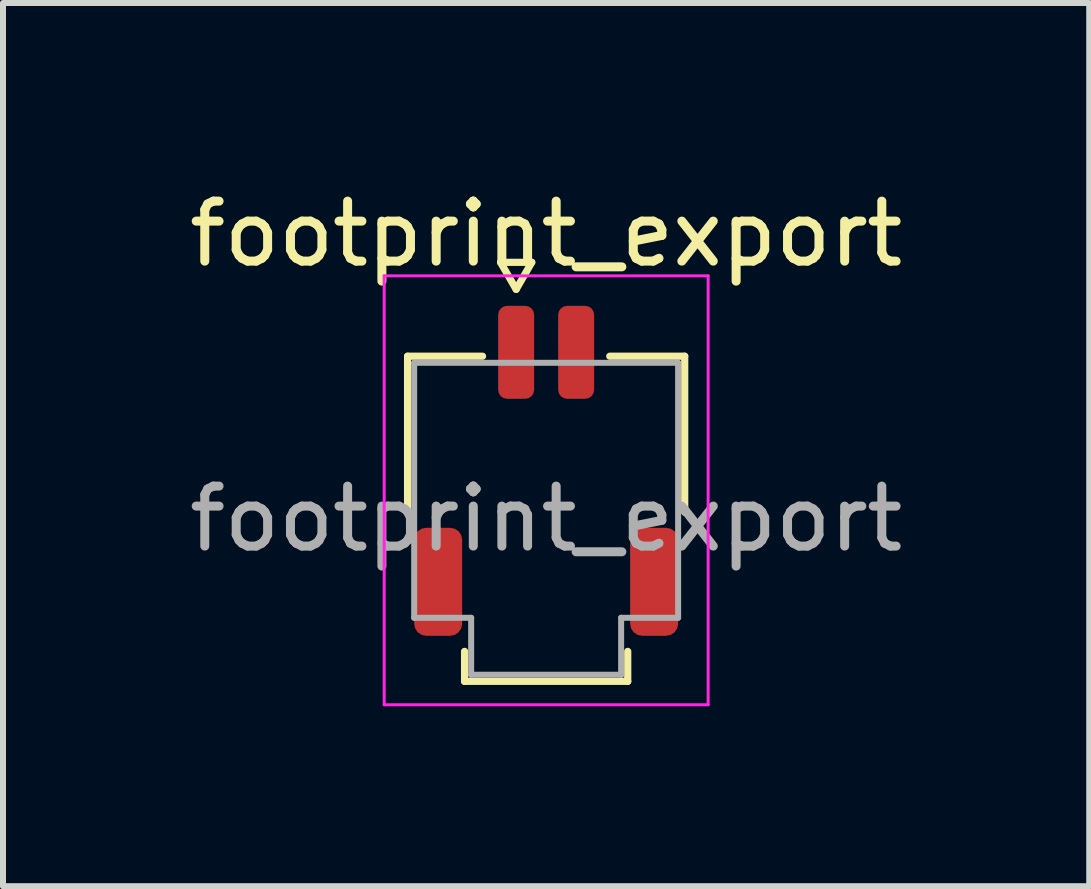
<source format=kicad_pcb>
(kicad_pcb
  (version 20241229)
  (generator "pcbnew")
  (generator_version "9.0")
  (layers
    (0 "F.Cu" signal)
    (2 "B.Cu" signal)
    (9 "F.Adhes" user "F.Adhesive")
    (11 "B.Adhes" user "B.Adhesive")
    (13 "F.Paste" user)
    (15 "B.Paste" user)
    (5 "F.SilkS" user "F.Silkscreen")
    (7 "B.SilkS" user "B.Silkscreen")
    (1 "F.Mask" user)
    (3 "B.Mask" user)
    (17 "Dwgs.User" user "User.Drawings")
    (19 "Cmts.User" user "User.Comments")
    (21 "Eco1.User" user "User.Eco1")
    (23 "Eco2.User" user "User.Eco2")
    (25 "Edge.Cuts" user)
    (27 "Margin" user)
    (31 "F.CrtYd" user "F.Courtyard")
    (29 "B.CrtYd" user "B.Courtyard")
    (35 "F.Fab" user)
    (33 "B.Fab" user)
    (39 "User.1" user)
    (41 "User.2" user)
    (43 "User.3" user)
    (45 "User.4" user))
  (footprint "footprint_export"
    (layer "F.Cu")
    (at 6.054 5.598)
    (property "Reference" "footprint_export" (at 0 -4.75 0) (layer "F.SilkS") (effects (font (size 1 1) (thickness 0.15))))
    (attr smd)
    (fp_line (start -2.31 -2.71) (end -1.06 -2.71) (stroke (width 0.12) (type solid)) (layer "F.SilkS"))
    (fp_line (start -2.31 -0.11) (end -2.31 -2.71) (stroke (width 0.12) (type solid)) (layer "F.SilkS"))
    (fp_line (start -1.36 2.71) (end -1.36 2.21) (stroke (width 0.12) (type solid)) (layer "F.SilkS"))
    (fp_line (start -0.76 -4.275) (end -0.5 -3.825) (stroke (width 0.12) (type solid)) (layer "F.SilkS"))
    (fp_line (start -0.5 -3.825) (end -0.24 -4.275) (stroke (width 0.12) (type solid)) (layer "F.SilkS"))
    (fp_line (start -0.24 -4.275) (end -0.76 -4.275) (stroke (width 0.12) (type solid)) (layer "F.SilkS"))
    (fp_line (start 1.06 -2.71) (end 2.31 -2.71) (stroke (width 0.12) (type solid)) (layer "F.SilkS"))
    (fp_line (start 1.36 2.21) (end 1.36 2.71) (stroke (width 0.12) (type solid)) (layer "F.SilkS"))
    (fp_line (start 1.36 2.71) (end -1.36 2.71) (stroke (width 0.12) (type solid)) (layer "F.SilkS"))
    (fp_line (start 2.31 -2.71) (end 2.31 -0.11) (stroke (width 0.12) (type solid)) (layer "F.SilkS"))
    (fp_line (start -2.7 -4.05) (end -2.7 3.1) (stroke (width 0.05) (type solid)) (layer "F.CrtYd"))
    (fp_line (start -2.7 3.1) (end 2.7 3.1) (stroke (width 0.05) (type solid)) (layer "F.CrtYd"))
    (fp_line (start 2.7 -4.05) (end -2.7 -4.05) (stroke (width 0.05) (type solid)) (layer "F.CrtYd"))
    (fp_line (start 2.7 3.1) (end 2.7 -4.05) (stroke (width 0.05) (type solid)) (layer "F.CrtYd"))
    (fp_line (start -2.2 -2.6) (end 2.2 -2.6) (stroke (width 0.1) (type solid)) (layer "F.Fab"))
    (fp_line (start -2.2 1.65) (end -2.2 -2.6) (stroke (width 0.1) (type solid)) (layer "F.Fab"))
    (fp_line (start -1.25 1.65) (end -2.2 1.65) (stroke (width 0.1) (type solid)) (layer "F.Fab"))
    (fp_line (start -1.25 2.6) (end -1.25 1.65) (stroke (width 0.1) (type solid)) (layer "F.Fab"))
    (fp_line (start 1.25 1.65) (end 1.25 2.6) (stroke (width 0.1) (type solid)) (layer "F.Fab"))
    (fp_line (start 1.25 2.6) (end -1.25 2.6) (stroke (width 0.1) (type solid)) (layer "F.Fab"))
    (fp_line (start 2.2 -2.6) (end 2.2 1.65) (stroke (width 0.1) (type solid)) (layer "F.Fab"))
    (fp_line (start 2.2 1.65) (end 1.25 1.65) (stroke (width 0.1) (type solid)) (layer "F.Fab"))
    (fp_text user "${REFERENCE}" (at 0 0 0) (layer "F.Fab") (effects (font (size 1 1) (thickness 0.15))))
    (pad "1" smd roundrect (at -0.5 -2.775) (size 0.6 1.55) (layers "F.Cu" "F.Mask" "F.Paste") (roundrect_rratio 0.25))
    (pad "2" smd roundrect (at 0.5 -2.775) (size 0.6 1.55) (layers "F.Cu" "F.Mask" "F.Paste") (roundrect_rratio 0.25))
    (pad "MP" smd roundrect (at -1.8 1.05) (size 0.8 1.8) (layers "F.Cu" "F.Mask" "F.Paste") (roundrect_rratio 0.25))
    (pad "MP" smd roundrect (at 1.8 1.05) (size 0.8 1.8) (layers "F.Cu" "F.Mask" "F.Paste") (roundrect_rratio 0.25)))
  (gr_rect
    (start -3 -3)
    (end 15.107 11.723)
    (stroke (width 0.1) (type default))
    (fill no)
    (layer "Edge.Cuts")))
</source>
